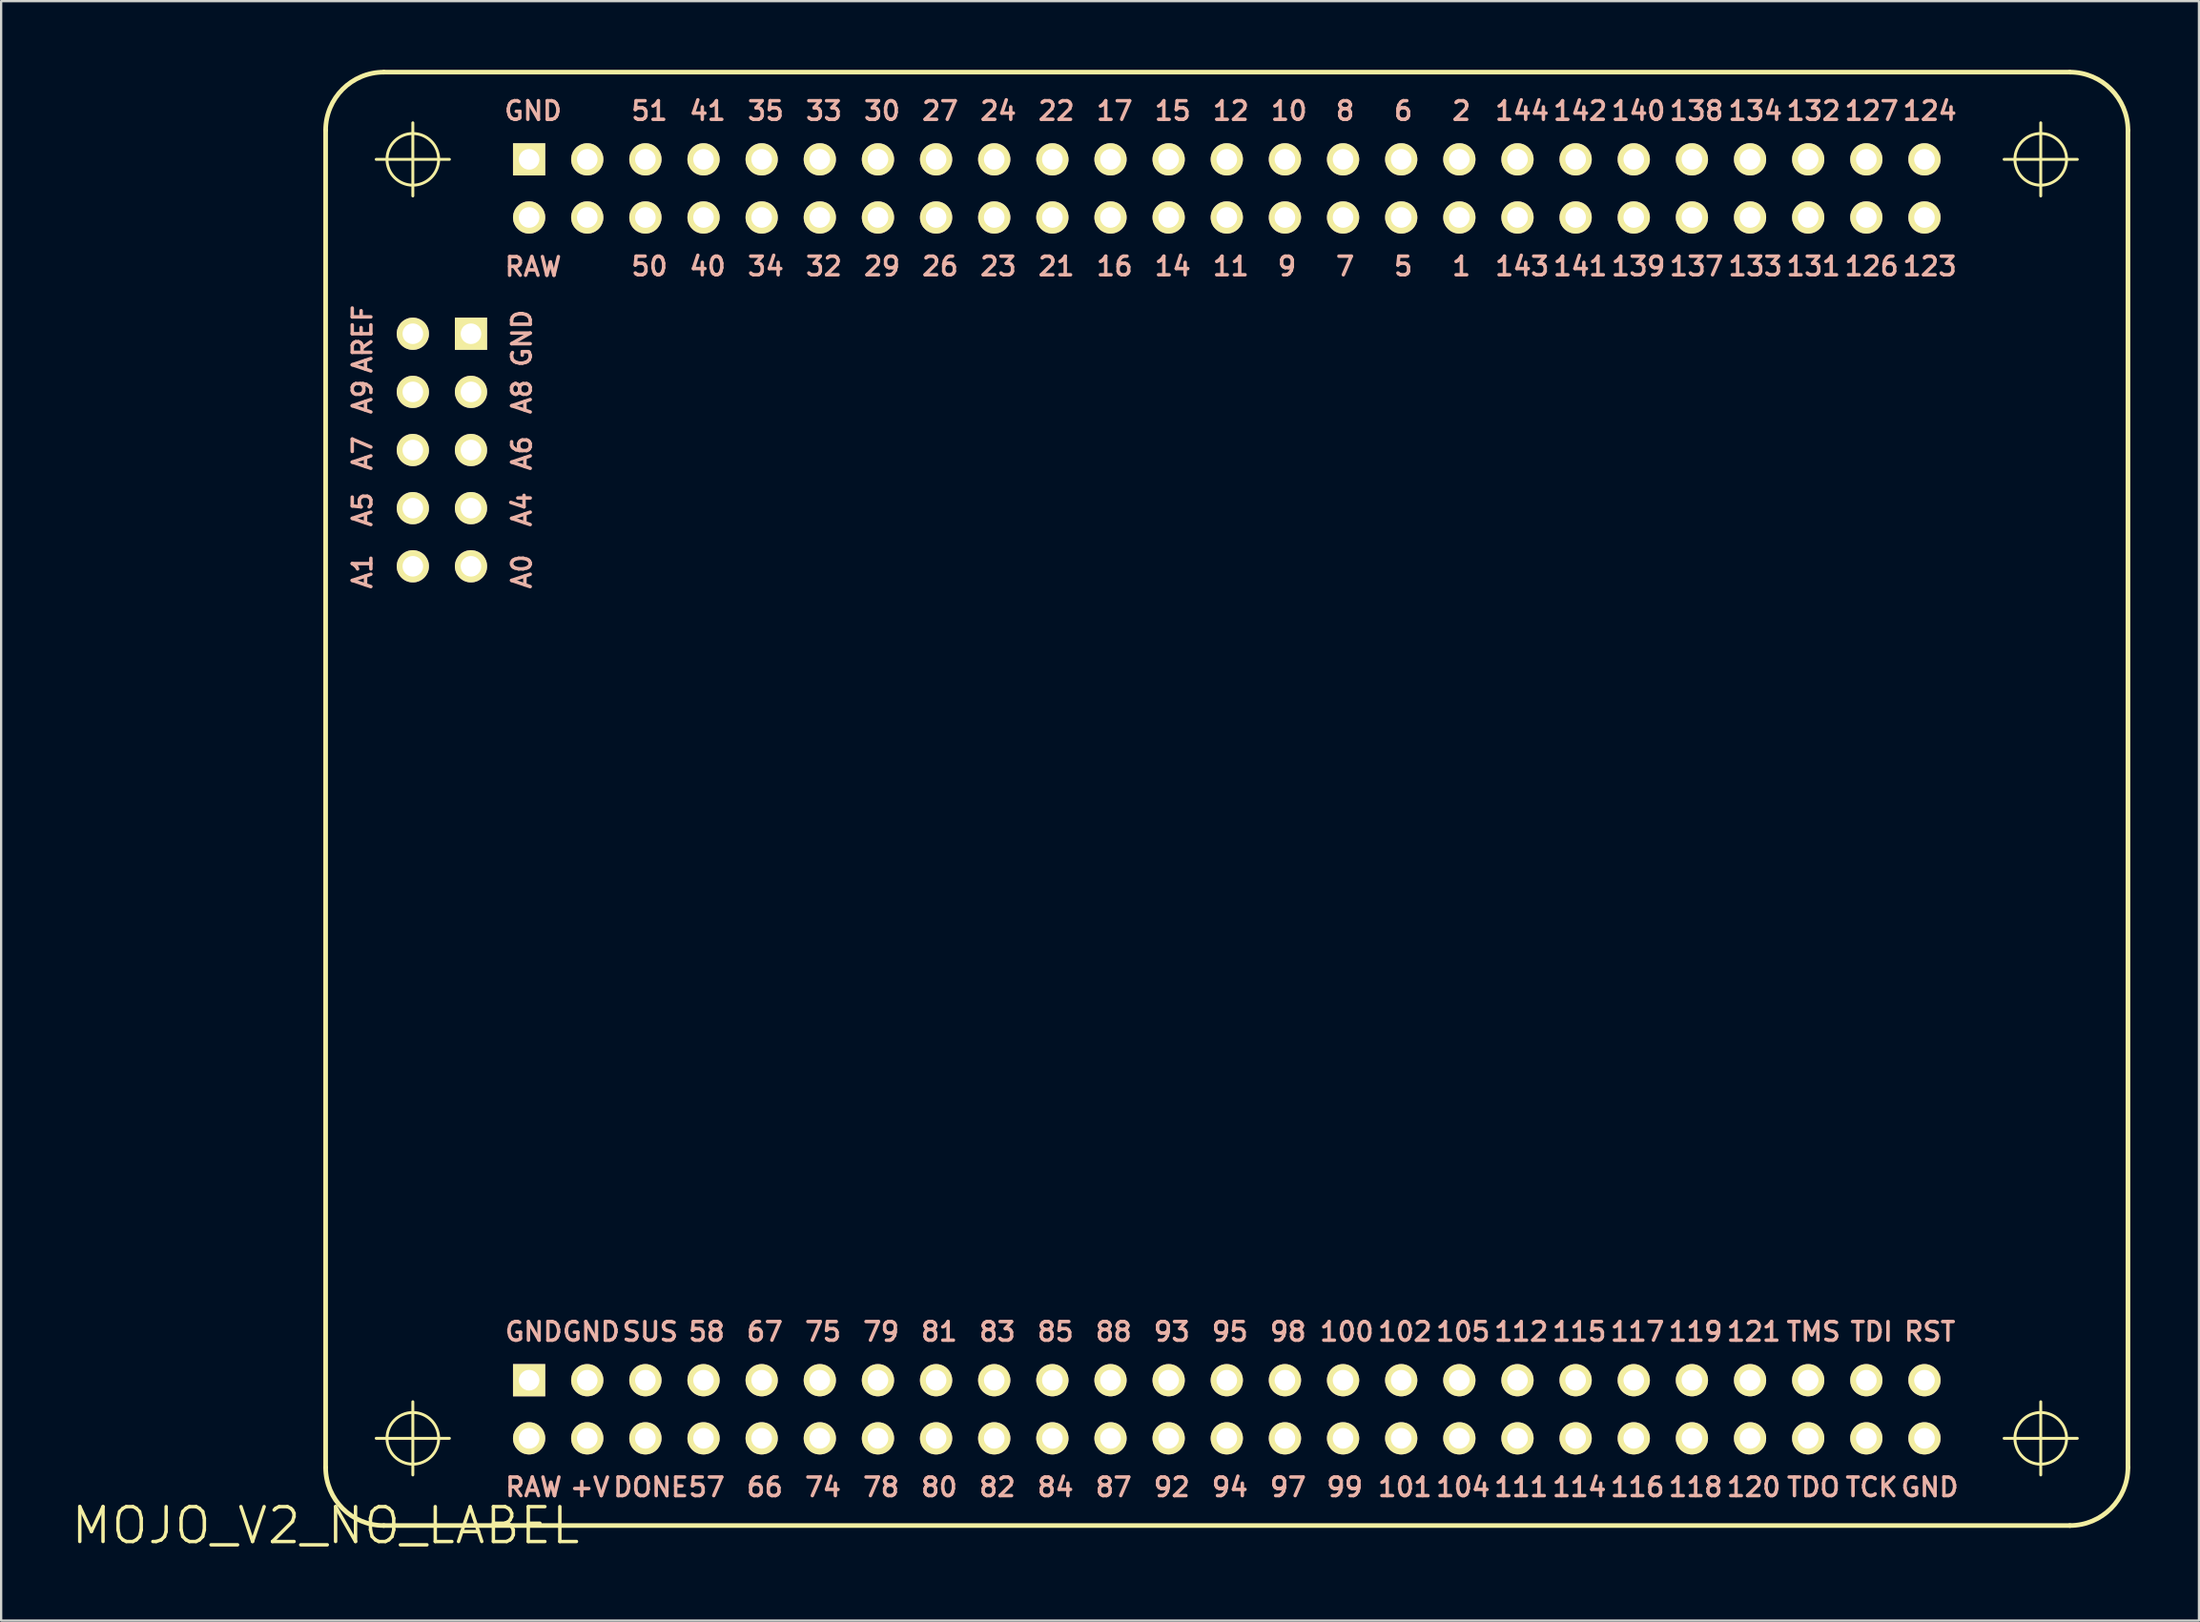
<source format=kicad_pcb>
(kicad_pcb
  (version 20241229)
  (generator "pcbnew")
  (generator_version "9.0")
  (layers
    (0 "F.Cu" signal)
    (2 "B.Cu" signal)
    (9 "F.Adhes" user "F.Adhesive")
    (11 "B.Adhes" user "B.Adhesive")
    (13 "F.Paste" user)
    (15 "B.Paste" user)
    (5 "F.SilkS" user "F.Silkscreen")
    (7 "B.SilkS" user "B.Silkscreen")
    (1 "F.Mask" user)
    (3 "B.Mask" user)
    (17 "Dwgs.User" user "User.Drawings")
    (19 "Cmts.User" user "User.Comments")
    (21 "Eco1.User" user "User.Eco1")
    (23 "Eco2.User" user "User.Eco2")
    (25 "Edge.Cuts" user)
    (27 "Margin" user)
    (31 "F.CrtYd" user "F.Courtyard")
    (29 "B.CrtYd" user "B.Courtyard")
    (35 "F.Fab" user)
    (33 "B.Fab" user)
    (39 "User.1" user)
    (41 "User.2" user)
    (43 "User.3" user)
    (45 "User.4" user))
  (footprint "MOJO_V2_NO_LABEL"
    (layer "F.Cu")
    (at 11.176 63.602)
    (property "Reference" "MOJO_V2_NO_LABEL" (at 0 0 0) (layer "F.SilkS") (effects (font (size 1.524 1.524) (thickness 0.15))))
    (attr exclude_from_pos_files exclude_from_bom)
    (fp_line (start 0 -60.96) (end 0 -2.54) (stroke (width 0.203) (type solid)) (layer "F.SilkS"))
    (fp_line (start 2.21 -59.69) (end 5.408 -59.69) (stroke (width 0.127) (type solid)) (layer "F.SilkS"))
    (fp_line (start 2.21 -3.81) (end 5.408 -3.81) (stroke (width 0.127) (type solid)) (layer "F.SilkS"))
    (fp_line (start 2.54 0) (end 76.2 0) (stroke (width 0.203) (type solid)) (layer "F.SilkS"))
    (fp_line (start 3.81 -58.09) (end 3.81 -61.288) (stroke (width 0.127) (type solid)) (layer "F.SilkS"))
    (fp_line (start 3.81 -2.21) (end 3.81 -5.408) (stroke (width 0.127) (type solid)) (layer "F.SilkS"))
    (fp_line (start 73.33 -59.69) (end 76.528 -59.69) (stroke (width 0.127) (type solid)) (layer "F.SilkS"))
    (fp_line (start 73.33 -3.81) (end 76.528 -3.81) (stroke (width 0.127) (type solid)) (layer "F.SilkS"))
    (fp_line (start 74.93 -58.09) (end 74.93 -61.288) (stroke (width 0.127) (type solid)) (layer "F.SilkS"))
    (fp_line (start 74.93 -2.21) (end 74.93 -5.408) (stroke (width 0.127) (type solid)) (layer "F.SilkS"))
    (fp_line (start 76.2 -63.5) (end 2.54 -63.5) (stroke (width 0.203) (type solid)) (layer "F.SilkS"))
    (fp_line (start 78.74 -2.54) (end 78.74 -60.96) (stroke (width 0.203) (type solid)) (layer "F.SilkS"))
    (fp_arc (start 0 -60.96) (mid 0.743949 -62.756051) (end 2.54 -63.5) (stroke (width 0.2032) (type solid)) (layer "F.SilkS"))
    (fp_arc (start 2.54 0) (mid 0.743949 -0.743949) (end 0 -2.54) (stroke (width 0.2032) (type solid)) (layer "F.SilkS"))
    (fp_arc (start 76.2 -63.5) (mid 77.996051 -62.756051) (end 78.74 -60.96) (stroke (width 0.2032) (type solid)) (layer "F.SilkS"))
    (fp_arc (start 78.74 -2.54) (mid 77.996051 -0.743949) (end 76.2 0) (stroke (width 0.2032) (type solid)) (layer "F.SilkS"))
    (fp_circle (center 3.81 -59.69) (end 4.608 -60.488) (stroke (width 0.127) (type solid)) (fill no) (layer "F.SilkS"))
    (fp_circle (center 3.81 -3.81) (end 4.608 -4.608) (stroke (width 0.127) (type solid)) (fill no) (layer "F.SilkS"))
    (fp_circle (center 74.93 -59.69) (end 75.728 -60.488) (stroke (width 0.127) (type solid)) (fill no) (layer "F.SilkS"))
    (fp_circle (center 74.93 -3.81) (end 75.728 -4.608) (stroke (width 0.127) (type solid)) (fill no) (layer "F.SilkS"))
    (fp_text user "120" (at 62.393 -1.676 0) (layer "B.SilkS") (effects (font (size 0.813 0.813) (thickness 0.152))))
    (fp_text user "27" (at 26.848 -61.808 0) (layer "B.SilkS") (effects (font (size 0.813 0.813) (thickness 0.152))))
    (fp_text user "1" (at 49.619 -55.016 0) (layer "B.SilkS") (effects (font (size 0.813 0.813) (thickness 0.152))))
    (fp_text user "114" (at 54.773 -1.676 0) (layer "B.SilkS") (effects (font (size 0.813 0.813) (thickness 0.152))))
    (fp_text user "24" (at 29.388 -61.808 0) (layer "B.SilkS") (effects (font (size 0.813 0.813) (thickness 0.152))))
    (fp_text user "32" (at 21.768 -55.016 0) (layer "B.SilkS") (effects (font (size 0.813 0.813) (thickness 0.152))))
    (fp_text user "131" (at 65.001 -55.016 0) (layer "B.SilkS") (effects (font (size 0.813 0.813) (thickness 0.152))))
    (fp_text user "142" (at 54.813 -61.808 0) (layer "B.SilkS") (effects (font (size 0.813 0.813) (thickness 0.152))))
    (fp_text user "7" (at 44.539 -55.016 0) (layer "B.SilkS") (effects (font (size 0.813 0.813) (thickness 0.152))))
    (fp_text user "33" (at 21.768 -61.808 0) (layer "B.SilkS") (effects (font (size 0.813 0.813) (thickness 0.152))))
    (fp_text user "5" (at 47.079 -55.016 0) (layer "B.SilkS") (effects (font (size 0.813 0.813) (thickness 0.152))))
    (fp_text user "116" (at 57.313 -1.676 0) (layer "B.SilkS") (effects (font (size 0.813 0.813) (thickness 0.152))))
    (fp_text user "144" (at 52.273 -61.808 0) (layer "B.SilkS") (effects (font (size 0.813 0.813) (thickness 0.152))))
    (fp_text user "111" (at 52.233 -1.676 0) (layer "B.SilkS") (effects (font (size 0.813 0.813) (thickness 0.152))))
    (fp_text user "99" (at 44.524 -1.676 0) (layer "B.SilkS") (effects (font (size 0.813 0.813) (thickness 0.152))))
    (fp_text user "6" (at 47.079 -61.808 0) (layer "B.SilkS") (effects (font (size 0.813 0.813) (thickness 0.152))))
    (fp_text user "123" (at 70.081 -55.016 0) (layer "B.SilkS") (effects (font (size 0.813 0.813) (thickness 0.152))))
    (fp_text user "75" (at 21.727 -8.468 0) (layer "B.SilkS") (effects (font (size 0.813 0.813) (thickness 0.152))))
    (fp_text user "22" (at 31.925 -61.808 0) (layer "B.SilkS") (effects (font (size 0.813 0.813) (thickness 0.152))))
    (fp_text user "50" (at 14.148 -55.016 0) (layer "B.SilkS") (effects (font (size 0.813 0.813) (thickness 0.152))))
    (fp_text user "143" (at 52.273 -55.016 0) (layer "B.SilkS") (effects (font (size 0.813 0.813) (thickness 0.152))))
    (fp_text user "117" (at 57.313 -8.468 0) (layer "B.SilkS") (effects (font (size 0.813 0.813) (thickness 0.152))))
    (fp_text user "141" (at 54.813 -55.016 0) (layer "B.SilkS") (effects (font (size 0.813 0.813) (thickness 0.152))))
    (fp_text user "67" (at 19.187 -8.468 0) (layer "B.SilkS") (effects (font (size 0.813 0.813) (thickness 0.152))))
    (fp_text user "8" (at 44.539 -61.808 0) (layer "B.SilkS") (effects (font (size 0.813 0.813) (thickness 0.152))))
    (fp_text user "105" (at 49.693 -8.468 0) (layer "B.SilkS") (effects (font (size 0.813 0.813) (thickness 0.152))))
    (fp_text user "139" (at 57.353 -55.016 0) (layer "B.SilkS") (effects (font (size 0.813 0.813) (thickness 0.152))))
    (fp_text user "2" (at 49.619 -61.808 0) (layer "B.SilkS") (effects (font (size 0.813 0.813) (thickness 0.152))))
    (fp_text user "124" (at 70.081 -61.808 0) (layer "B.SilkS") (effects (font (size 0.813 0.813) (thickness 0.152))))
    (fp_text user "A5" (at 1.608 -44.392 270) (layer "B.SilkS") (effects (font (size 0.813 0.813) (thickness 0.152))))
    (fp_text user "RAW" (at 9.088 -1.676 0) (layer "B.SilkS") (effects (font (size 0.813 0.813) (thickness 0.152))))
    (fp_text user "A1" (at 1.608 -41.681 270) (layer "B.SilkS") (effects (font (size 0.813 0.813) (thickness 0.152))))
    (fp_text user "127" (at 67.541 -61.808 0) (layer "B.SilkS") (effects (font (size 0.813 0.813) (thickness 0.152))))
    (fp_text user "GND" (at 9.093 -8.468 0) (layer "B.SilkS") (effects (font (size 0.813 0.813) (thickness 0.152))))
    (fp_text user "104" (at 49.693 -1.676 0) (layer "B.SilkS") (effects (font (size 0.813 0.813) (thickness 0.152))))
    (fp_text user "21" (at 31.925 -55.016 0) (layer "B.SilkS") (effects (font (size 0.813 0.813) (thickness 0.152))))
    (fp_text user "121" (at 62.393 -8.468 0) (layer "B.SilkS") (effects (font (size 0.813 0.813) (thickness 0.152))))
    (fp_text user "11" (at 39.548 -55.016 0) (layer "B.SilkS") (effects (font (size 0.813 0.813) (thickness 0.152))))
    (fp_text user "TDO" (at 65.001 -1.676 0) (layer "B.SilkS") (effects (font (size 0.813 0.813) (thickness 0.152))))
    (fp_text user "A8" (at 8.57 -49.312 270) (layer "B.SilkS") (effects (font (size 0.813 0.813) (thickness 0.152))))
    (fp_text user "98" (at 42.047 -8.468 0) (layer "B.SilkS") (effects (font (size 0.813 0.813) (thickness 0.152))))
    (fp_text user "88" (at 34.427 -8.468 0) (layer "B.SilkS") (effects (font (size 0.813 0.813) (thickness 0.152))))
    (fp_text user "80" (at 26.807 -1.676 0) (layer "B.SilkS") (effects (font (size 0.813 0.813) (thickness 0.152))))
    (fp_text user "118" (at 59.853 -1.676 0) (layer "B.SilkS") (effects (font (size 0.813 0.813) (thickness 0.152))))
    (fp_text user "94" (at 39.507 -1.676 0) (layer "B.SilkS") (effects (font (size 0.813 0.813) (thickness 0.152))))
    (fp_text user "87" (at 34.427 -1.676 0) (layer "B.SilkS") (effects (font (size 0.813 0.813) (thickness 0.152))))
    (fp_text user "133" (at 62.461 -55.016 0) (layer "B.SilkS") (effects (font (size 0.813 0.813) (thickness 0.152))))
    (fp_text user "112" (at 52.233 -8.468 0) (layer "B.SilkS") (effects (font (size 0.813 0.813) (thickness 0.152))))
    (fp_text user "82" (at 29.347 -1.676 0) (layer "B.SilkS") (effects (font (size 0.813 0.813) (thickness 0.152))))
    (fp_text user "132" (at 65.001 -61.808 0) (layer "B.SilkS") (effects (font (size 0.813 0.813) (thickness 0.152))))
    (fp_text user "TMS" (at 65.001 -8.468 0) (layer "B.SilkS") (effects (font (size 0.813 0.813) (thickness 0.152))))
    (fp_text user "95" (at 39.507 -8.468 0) (layer "B.SilkS") (effects (font (size 0.813 0.813) (thickness 0.152))))
    (fp_text user "GND" (at 9.065 -61.808 0) (layer "B.SilkS") (effects (font (size 0.813 0.813) (thickness 0.152))))
    (fp_text user "78" (at 24.267 -1.676 0) (layer "B.SilkS") (effects (font (size 0.813 0.813) (thickness 0.152))))
    (fp_text user "58" (at 16.647 -8.468 0) (layer "B.SilkS") (effects (font (size 0.813 0.813) (thickness 0.152))))
    (fp_text user "84" (at 31.887 -1.676 0) (layer "B.SilkS") (effects (font (size 0.813 0.813) (thickness 0.152))))
    (fp_text user "A6" (at 8.57 -46.85 270) (layer "B.SilkS") (effects (font (size 0.813 0.813) (thickness 0.152))))
    (fp_text user "9" (at 41.999 -55.016 0) (layer "B.SilkS") (effects (font (size 0.813 0.813) (thickness 0.152))))
    (fp_text user "A7" (at 1.608 -46.85 270) (layer "B.SilkS") (effects (font (size 0.813 0.813) (thickness 0.152))))
    (fp_text user "TDI" (at 67.541 -8.468 0) (layer "B.SilkS") (effects (font (size 0.813 0.813) (thickness 0.152))))
    (fp_text user "138" (at 59.893 -61.808 0) (layer "B.SilkS") (effects (font (size 0.813 0.813) (thickness 0.152))))
    (fp_text user "GND" (at 70.081 -1.676 0) (layer "B.SilkS") (effects (font (size 0.813 0.813) (thickness 0.152))))
    (fp_text user "85" (at 31.887 -8.468 0) (layer "B.SilkS") (effects (font (size 0.813 0.813) (thickness 0.152))))
    (fp_text user "29" (at 24.308 -55.016 0) (layer "B.SilkS") (effects (font (size 0.813 0.813) (thickness 0.152))))
    (fp_text user "26" (at 26.848 -55.016 0) (layer "B.SilkS") (effects (font (size 0.813 0.813) (thickness 0.152))))
    (fp_text user "34" (at 19.228 -55.016 0) (layer "B.SilkS") (effects (font (size 0.813 0.813) (thickness 0.152))))
    (fp_text user "126" (at 67.541 -55.016 0) (layer "B.SilkS") (effects (font (size 0.813 0.813) (thickness 0.152))))
    (fp_text user "10" (at 42.088 -61.808 0) (layer "B.SilkS") (effects (font (size 0.813 0.813) (thickness 0.152))))
    (fp_text user "A9" (at 1.608 -49.312 270) (layer "B.SilkS") (effects (font (size 0.813 0.813) (thickness 0.152))))
    (fp_text user "30" (at 24.308 -61.808 0) (layer "B.SilkS") (effects (font (size 0.813 0.813) (thickness 0.152))))
    (fp_text user "40" (at 16.688 -55.016 0) (layer "B.SilkS") (effects (font (size 0.813 0.813) (thickness 0.152))))
    (fp_text user "RAW" (at 9.065 -54.996 0) (layer "B.SilkS") (effects (font (size 0.813 0.813) (thickness 0.152))))
    (fp_text user "RST" (at 70.081 -8.468 0) (layer "B.SilkS") (effects (font (size 0.813 0.813) (thickness 0.152))))
    (fp_text user "83" (at 29.347 -8.468 0) (layer "B.SilkS") (effects (font (size 0.813 0.813) (thickness 0.152))))
    (fp_text user "41" (at 16.688 -61.808 0) (layer "B.SilkS") (effects (font (size 0.813 0.813) (thickness 0.152))))
    (fp_text user "66" (at 19.187 -1.676 0) (layer "B.SilkS") (effects (font (size 0.813 0.813) (thickness 0.152))))
    (fp_text user "16" (at 34.468 -55.016 0) (layer "B.SilkS") (effects (font (size 0.813 0.813) (thickness 0.152))))
    (fp_text user "101" (at 47.153 -1.676 0) (layer "B.SilkS") (effects (font (size 0.813 0.813) (thickness 0.152))))
    (fp_text user "102" (at 47.153 -8.468 0) (layer "B.SilkS") (effects (font (size 0.813 0.813) (thickness 0.152))))
    (fp_text user "57" (at 16.647 -1.676 0) (layer "B.SilkS") (effects (font (size 0.813 0.813) (thickness 0.152))))
    (fp_text user "+V" (at 11.539 -1.676 0) (layer "B.SilkS") (effects (font (size 0.813 0.813) (thickness 0.152))))
    (fp_text user "115" (at 54.773 -8.468 0) (layer "B.SilkS") (effects (font (size 0.813 0.813) (thickness 0.152))))
    (fp_text user "GND" (at 8.57 -51.869 270) (layer "B.SilkS") (effects (font (size 0.813 0.813) (thickness 0.152))))
    (fp_text user "12" (at 39.548 -61.808 0) (layer "B.SilkS") (effects (font (size 0.813 0.813) (thickness 0.152))))
    (fp_text user "35" (at 19.228 -61.808 0) (layer "B.SilkS") (effects (font (size 0.813 0.813) (thickness 0.152))))
    (fp_text user "97" (at 42.047 -1.676 0) (layer "B.SilkS") (effects (font (size 0.813 0.813) (thickness 0.152))))
    (fp_text user "119" (at 59.853 -8.468 0) (layer "B.SilkS") (effects (font (size 0.813 0.813) (thickness 0.152))))
    (fp_text user "AREF" (at 1.608 -51.839 270) (layer "B.SilkS") (effects (font (size 0.813 0.813) (thickness 0.152))))
    (fp_text user "137" (at 59.893 -55.016 0) (layer "B.SilkS") (effects (font (size 0.813 0.813) (thickness 0.152))))
    (fp_text user "140" (at 57.353 -61.808 0) (layer "B.SilkS") (effects (font (size 0.813 0.813) (thickness 0.152))))
    (fp_text user "GND" (at 11.6 -8.468 0) (layer "B.SilkS") (effects (font (size 0.813 0.813) (thickness 0.152))))
    (fp_text user "TCK" (at 67.541 -1.676 0) (layer "B.SilkS") (effects (font (size 0.813 0.813) (thickness 0.152))))
    (fp_text user "SUS" (at 14.178 -8.468 0) (layer "B.SilkS") (effects (font (size 0.813 0.813) (thickness 0.152))))
    (fp_text user "79" (at 24.267 -8.468 0) (layer "B.SilkS") (effects (font (size 0.813 0.813) (thickness 0.152))))
    (fp_text user "17" (at 34.468 -61.808 0) (layer "B.SilkS") (effects (font (size 0.813 0.813) (thickness 0.152))))
    (fp_text user "A4" (at 8.57 -44.392 270) (layer "B.SilkS") (effects (font (size 0.813 0.813) (thickness 0.152))))
    (fp_text user "92" (at 36.967 -1.676 0) (layer "B.SilkS") (effects (font (size 0.813 0.813) (thickness 0.152))))
    (fp_text user "74" (at 21.727 -1.676 0) (layer "B.SilkS") (effects (font (size 0.813 0.813) (thickness 0.152))))
    (fp_text user "51" (at 14.148 -61.808 0) (layer "B.SilkS") (effects (font (size 0.813 0.813) (thickness 0.152))))
    (fp_text user "23" (at 29.388 -55.016 0) (layer "B.SilkS") (effects (font (size 0.813 0.813) (thickness 0.152))))
    (fp_text user "A0" (at 8.57 -41.681 270) (layer "B.SilkS") (effects (font (size 0.813 0.813) (thickness 0.152))))
    (fp_text user "DONE" (at 14.209 -1.676 0) (layer "B.SilkS") (effects (font (size 0.813 0.813) (thickness 0.152))))
    (fp_text user "93" (at 36.967 -8.468 0) (layer "B.SilkS") (effects (font (size 0.813 0.813) (thickness 0.152))))
    (fp_text user "14" (at 37.008 -55.016 0) (layer "B.SilkS") (effects (font (size 0.813 0.813) (thickness 0.152))))
    (fp_text user "134" (at 62.461 -61.808 0) (layer "B.SilkS") (effects (font (size 0.813 0.813) (thickness 0.152))))
    (fp_text user "15" (at 37.008 -61.808 0) (layer "B.SilkS") (effects (font (size 0.813 0.813) (thickness 0.152))))
    (fp_text user "100" (at 44.613 -8.468 0) (layer "B.SilkS") (effects (font (size 0.813 0.813) (thickness 0.152))))
    (fp_text user "81" (at 26.807 -8.468 0) (layer "B.SilkS") (effects (font (size 0.813 0.813) (thickness 0.152))))
    (pad "1" thru_hole circle (at 49.53 -57.15) (size 1.407 1.407) (drill 0.899) (layers "*.Cu" "F.Mask" "F.SilkS" "F.Paste"))
    (pad "2" thru_hole circle (at 49.53 -59.69) (size 1.407 1.407) (drill 0.899) (layers "*.Cu" "F.Mask" "F.SilkS" "F.Paste"))
    (pad "5" thru_hole circle (at 46.99 -57.15) (size 1.407 1.407) (drill 0.899) (layers "*.Cu" "F.Mask" "F.SilkS" "F.Paste"))
    (pad "6" thru_hole circle (at 46.99 -59.69) (size 1.407 1.407) (drill 0.899) (layers "*.Cu" "F.Mask" "F.SilkS" "F.Paste"))
    (pad "7" thru_hole circle (at 44.45 -57.15) (size 1.407 1.407) (drill 0.899) (layers "*.Cu" "F.Mask" "F.SilkS" "F.Paste"))
    (pad "8" thru_hole circle (at 44.45 -59.69) (size 1.407 1.407) (drill 0.899) (layers "*.Cu" "F.Mask" "F.SilkS" "F.Paste"))
    (pad "9" thru_hole circle (at 41.91 -57.15) (size 1.407 1.407) (drill 0.899) (layers "*.Cu" "F.Mask" "F.SilkS" "F.Paste"))
    (pad "10" thru_hole circle (at 41.91 -59.69) (size 1.407 1.407) (drill 0.899) (layers "*.Cu" "F.Mask" "F.SilkS" "F.Paste"))
    (pad "11" thru_hole circle (at 39.37 -57.15) (size 1.407 1.407) (drill 0.899) (layers "*.Cu" "F.Mask" "F.SilkS" "F.Paste"))
    (pad "12" thru_hole circle (at 39.37 -59.69) (size 1.407 1.407) (drill 0.899) (layers "*.Cu" "F.Mask" "F.SilkS" "F.Paste"))
    (pad "14" thru_hole circle (at 36.83 -57.15) (size 1.407 1.407) (drill 0.899) (layers "*.Cu" "F.Mask" "F.SilkS" "F.Paste"))
    (pad "15" thru_hole circle (at 36.83 -59.69) (size 1.407 1.407) (drill 0.899) (layers "*.Cu" "F.Mask" "F.SilkS" "F.Paste"))
    (pad "16" thru_hole circle (at 34.29 -57.15) (size 1.407 1.407) (drill 0.899) (layers "*.Cu" "F.Mask" "F.SilkS" "F.Paste"))
    (pad "17" thru_hole circle (at 34.29 -59.69) (size 1.407 1.407) (drill 0.899) (layers "*.Cu" "F.Mask" "F.SilkS" "F.Paste"))
    (pad "21" thru_hole circle (at 31.75 -57.15) (size 1.407 1.407) (drill 0.899) (layers "*.Cu" "F.Mask" "F.SilkS" "F.Paste"))
    (pad "22" thru_hole circle (at 31.75 -59.69) (size 1.407 1.407) (drill 0.899) (layers "*.Cu" "F.Mask" "F.SilkS" "F.Paste"))
    (pad "23" thru_hole circle (at 29.21 -57.15) (size 1.407 1.407) (drill 0.899) (layers "*.Cu" "F.Mask" "F.SilkS" "F.Paste"))
    (pad "24" thru_hole circle (at 29.21 -59.69) (size 1.407 1.407) (drill 0.899) (layers "*.Cu" "F.Mask" "F.SilkS" "F.Paste"))
    (pad "26" thru_hole circle (at 26.67 -57.15) (size 1.407 1.407) (drill 0.899) (layers "*.Cu" "F.Mask" "F.SilkS" "F.Paste"))
    (pad "27" thru_hole circle (at 26.67 -59.69) (size 1.407 1.407) (drill 0.899) (layers "*.Cu" "F.Mask" "F.SilkS" "F.Paste"))
    (pad "29" thru_hole circle (at 24.13 -57.15) (size 1.407 1.407) (drill 0.899) (layers "*.Cu" "F.Mask" "F.SilkS" "F.Paste"))
    (pad "30" thru_hole circle (at 24.13 -59.69) (size 1.407 1.407) (drill 0.899) (layers "*.Cu" "F.Mask" "F.SilkS" "F.Paste"))
    (pad "32" thru_hole circle (at 21.59 -57.15) (size 1.407 1.407) (drill 0.899) (layers "*.Cu" "F.Mask" "F.SilkS" "F.Paste"))
    (pad "33" thru_hole circle (at 21.59 -59.69) (size 1.407 1.407) (drill 0.899) (layers "*.Cu" "F.Mask" "F.SilkS" "F.Paste"))
    (pad "34" thru_hole circle (at 19.05 -57.15) (size 1.407 1.407) (drill 0.899) (layers "*.Cu" "F.Mask" "F.SilkS" "F.Paste"))
    (pad "35" thru_hole circle (at 19.05 -59.69) (size 1.407 1.407) (drill 0.899) (layers "*.Cu" "F.Mask" "F.SilkS" "F.Paste"))
    (pad "40" thru_hole circle (at 16.51 -57.15) (size 1.407 1.407) (drill 0.899) (layers "*.Cu" "F.Mask" "F.SilkS" "F.Paste"))
    (pad "41" thru_hole circle (at 16.51 -59.69) (size 1.407 1.407) (drill 0.899) (layers "*.Cu" "F.Mask" "F.SilkS" "F.Paste"))
    (pad "50" thru_hole circle (at 13.97 -57.15) (size 1.407 1.407) (drill 0.899) (layers "*.Cu" "F.Mask" "F.SilkS" "F.Paste"))
    (pad "51" thru_hole circle (at 13.97 -59.69) (size 1.407 1.407) (drill 0.899) (layers "*.Cu" "F.Mask" "F.SilkS" "F.Paste"))
    (pad "57" thru_hole circle (at 16.51 -3.81) (size 1.407 1.407) (drill 0.899) (layers "*.Cu" "F.Mask" "F.SilkS" "F.Paste"))
    (pad "58" thru_hole circle (at 16.51 -6.35) (size 1.407 1.407) (drill 0.899) (layers "*.Cu" "F.Mask" "F.SilkS" "F.Paste"))
    (pad "66" thru_hole circle (at 19.05 -3.81) (size 1.407 1.407) (drill 0.899) (layers "*.Cu" "F.Mask" "F.SilkS" "F.Paste"))
    (pad "67" thru_hole circle (at 19.05 -6.35) (size 1.407 1.407) (drill 0.899) (layers "*.Cu" "F.Mask" "F.SilkS" "F.Paste"))
    (pad "74" thru_hole circle (at 21.59 -3.81) (size 1.407 1.407) (drill 0.899) (layers "*.Cu" "F.Mask" "F.SilkS" "F.Paste"))
    (pad "75" thru_hole circle (at 21.59 -6.35) (size 1.407 1.407) (drill 0.899) (layers "*.Cu" "F.Mask" "F.SilkS" "F.Paste"))
    (pad "78" thru_hole circle (at 24.13 -3.81) (size 1.407 1.407) (drill 0.899) (layers "*.Cu" "F.Mask" "F.SilkS" "F.Paste"))
    (pad "79" thru_hole circle (at 24.13 -6.35) (size 1.407 1.407) (drill 0.899) (layers "*.Cu" "F.Mask" "F.SilkS" "F.Paste"))
    (pad "80" thru_hole circle (at 26.67 -3.81) (size 1.407 1.407) (drill 0.899) (layers "*.Cu" "F.Mask" "F.SilkS" "F.Paste"))
    (pad "81" thru_hole circle (at 26.67 -6.35) (size 1.407 1.407) (drill 0.899) (layers "*.Cu" "F.Mask" "F.SilkS" "F.Paste"))
    (pad "82" thru_hole circle (at 29.21 -3.81) (size 1.407 1.407) (drill 0.899) (layers "*.Cu" "F.Mask" "F.SilkS" "F.Paste"))
    (pad "83" thru_hole circle (at 29.21 -6.35) (size 1.407 1.407) (drill 0.899) (layers "*.Cu" "F.Mask" "F.SilkS" "F.Paste"))
    (pad "84" thru_hole circle (at 31.75 -3.81) (size 1.407 1.407) (drill 0.899) (layers "*.Cu" "F.Mask" "F.SilkS" "F.Paste"))
    (pad "85" thru_hole circle (at 31.75 -6.35) (size 1.407 1.407) (drill 0.899) (layers "*.Cu" "F.Mask" "F.SilkS" "F.Paste"))
    (pad "87" thru_hole circle (at 34.29 -3.81) (size 1.407 1.407) (drill 0.899) (layers "*.Cu" "F.Mask" "F.SilkS" "F.Paste"))
    (pad "88" thru_hole circle (at 34.29 -6.35) (size 1.407 1.407) (drill 0.899) (layers "*.Cu" "F.Mask" "F.SilkS" "F.Paste"))
    (pad "92" thru_hole circle (at 36.83 -3.81) (size 1.407 1.407) (drill 0.899) (layers "*.Cu" "F.Mask" "F.SilkS" "F.Paste"))
    (pad "93" thru_hole circle (at 36.83 -6.35) (size 1.407 1.407) (drill 0.899) (layers "*.Cu" "F.Mask" "F.SilkS" "F.Paste"))
    (pad "94" thru_hole circle (at 39.37 -3.81) (size 1.407 1.407) (drill 0.899) (layers "*.Cu" "F.Mask" "F.SilkS" "F.Paste"))
    (pad "95" thru_hole circle (at 39.37 -6.35) (size 1.407 1.407) (drill 0.899) (layers "*.Cu" "F.Mask" "F.SilkS" "F.Paste"))
    (pad "97" thru_hole circle (at 41.91 -3.81) (size 1.407 1.407) (drill 0.899) (layers "*.Cu" "F.Mask" "F.SilkS" "F.Paste"))
    (pad "98" thru_hole circle (at 41.91 -6.35) (size 1.407 1.407) (drill 0.899) (layers "*.Cu" "F.Mask" "F.SilkS" "F.Paste"))
    (pad "99" thru_hole circle (at 44.45 -3.81) (size 1.407 1.407) (drill 0.899) (layers "*.Cu" "F.Mask" "F.SilkS" "F.Paste"))
    (pad "100" thru_hole circle (at 44.45 -6.35) (size 1.407 1.407) (drill 0.899) (layers "*.Cu" "F.Mask" "F.SilkS" "F.Paste"))
    (pad "101" thru_hole circle (at 46.99 -3.81) (size 1.407 1.407) (drill 0.899) (layers "*.Cu" "F.Mask" "F.SilkS" "F.Paste"))
    (pad "102" thru_hole circle (at 46.99 -6.35) (size 1.407 1.407) (drill 0.899) (layers "*.Cu" "F.Mask" "F.SilkS" "F.Paste"))
    (pad "104" thru_hole circle (at 49.53 -3.81) (size 1.407 1.407) (drill 0.899) (layers "*.Cu" "F.Mask" "F.SilkS" "F.Paste"))
    (pad "105" thru_hole circle (at 49.53 -6.35) (size 1.407 1.407) (drill 0.899) (layers "*.Cu" "F.Mask" "F.SilkS" "F.Paste"))
    (pad "111" thru_hole circle (at 52.07 -3.81) (size 1.407 1.407) (drill 0.899) (layers "*.Cu" "F.Mask" "F.SilkS" "F.Paste"))
    (pad "112" thru_hole circle (at 52.07 -6.35) (size 1.407 1.407) (drill 0.899) (layers "*.Cu" "F.Mask" "F.SilkS" "F.Paste"))
    (pad "114" thru_hole circle (at 54.61 -3.81) (size 1.407 1.407) (drill 0.899) (layers "*.Cu" "F.Mask" "F.SilkS" "F.Paste"))
    (pad "115" thru_hole circle (at 54.61 -6.35) (size 1.407 1.407) (drill 0.899) (layers "*.Cu" "F.Mask" "F.SilkS" "F.Paste"))
    (pad "116" thru_hole circle (at 57.15 -3.81) (size 1.407 1.407) (drill 0.899) (layers "*.Cu" "F.Mask" "F.SilkS" "F.Paste"))
    (pad "117" thru_hole circle (at 57.15 -6.35) (size 1.407 1.407) (drill 0.899) (layers "*.Cu" "F.Mask" "F.SilkS" "F.Paste"))
    (pad "118" thru_hole circle (at 59.69 -3.81) (size 1.407 1.407) (drill 0.899) (layers "*.Cu" "F.Mask" "F.SilkS" "F.Paste"))
    (pad "119" thru_hole circle (at 59.69 -6.35) (size 1.407 1.407) (drill 0.899) (layers "*.Cu" "F.Mask" "F.SilkS" "F.Paste"))
    (pad "120" thru_hole circle (at 62.23 -3.81) (size 1.407 1.407) (drill 0.899) (layers "*.Cu" "F.Mask" "F.SilkS" "F.Paste"))
    (pad "121" thru_hole circle (at 62.23 -6.35) (size 1.407 1.407) (drill 0.899) (layers "*.Cu" "F.Mask" "F.SilkS" "F.Paste"))
    (pad "123" thru_hole circle (at 69.85 -57.15) (size 1.407 1.407) (drill 0.899) (layers "*.Cu" "F.Mask" "F.SilkS" "F.Paste"))
    (pad "124" thru_hole circle (at 69.85 -59.69) (size 1.407 1.407) (drill 0.899) (layers "*.Cu" "F.Mask" "F.SilkS" "F.Paste"))
    (pad "126" thru_hole circle (at 67.31 -57.15) (size 1.407 1.407) (drill 0.899) (layers "*.Cu" "F.Mask" "F.SilkS" "F.Paste"))
    (pad "127" thru_hole circle (at 67.31 -59.69) (size 1.407 1.407) (drill 0.899) (layers "*.Cu" "F.Mask" "F.SilkS" "F.Paste"))
    (pad "131" thru_hole circle (at 64.77 -57.15) (size 1.407 1.407) (drill 0.899) (layers "*.Cu" "F.Mask" "F.SilkS" "F.Paste"))
    (pad "132" thru_hole circle (at 64.77 -59.69) (size 1.407 1.407) (drill 0.899) (layers "*.Cu" "F.Mask" "F.SilkS" "F.Paste"))
    (pad "133" thru_hole circle (at 62.23 -57.15) (size 1.407 1.407) (drill 0.899) (layers "*.Cu" "F.Mask" "F.SilkS" "F.Paste"))
    (pad "134" thru_hole circle (at 62.23 -59.69) (size 1.407 1.407) (drill 0.899) (layers "*.Cu" "F.Mask" "F.SilkS" "F.Paste"))
    (pad "137" thru_hole circle (at 59.69 -57.15) (size 1.407 1.407) (drill 0.899) (layers "*.Cu" "F.Mask" "F.SilkS" "F.Paste"))
    (pad "138" thru_hole circle (at 59.69 -59.69) (size 1.407 1.407) (drill 0.899) (layers "*.Cu" "F.Mask" "F.SilkS" "F.Paste"))
    (pad "139" thru_hole circle (at 57.15 -57.15) (size 1.407 1.407) (drill 0.899) (layers "*.Cu" "F.Mask" "F.SilkS" "F.Paste"))
    (pad "140" thru_hole circle (at 57.15 -59.69) (size 1.407 1.407) (drill 0.899) (layers "*.Cu" "F.Mask" "F.SilkS" "F.Paste"))
    (pad "141" thru_hole circle (at 54.61 -57.15) (size 1.407 1.407) (drill 0.899) (layers "*.Cu" "F.Mask" "F.SilkS" "F.Paste"))
    (pad "142" thru_hole circle (at 54.61 -59.69) (size 1.407 1.407) (drill 0.899) (layers "*.Cu" "F.Mask" "F.SilkS" "F.Paste"))
    (pad "143" thru_hole circle (at 52.07 -57.15) (size 1.407 1.407) (drill 0.899) (layers "*.Cu" "F.Mask" "F.SilkS" "F.Paste"))
    (pad "144" thru_hole circle (at 52.07 -59.69) (size 1.407 1.407) (drill 0.899) (layers "*.Cu" "F.Mask" "F.SilkS" "F.Paste"))
    (pad "A0" thru_hole circle (at 6.35 -41.91) (size 1.407 1.407) (drill 0.899) (layers "*.Cu" "F.Mask" "F.SilkS" "F.Paste"))
    (pad "A1" thru_hole circle (at 3.81 -41.91) (size 1.407 1.407) (drill 0.899) (layers "*.Cu" "F.Mask" "F.SilkS" "F.Paste"))
    (pad "A4" thru_hole circle (at 6.35 -44.45) (size 1.407 1.407) (drill 0.899) (layers "*.Cu" "F.Mask" "F.SilkS" "F.Paste"))
    (pad "A5" thru_hole circle (at 3.81 -44.45) (size 1.407 1.407) (drill 0.899) (layers "*.Cu" "F.Mask" "F.SilkS" "F.Paste"))
    (pad "A6" thru_hole circle (at 6.35 -46.99) (size 1.407 1.407) (drill 0.899) (layers "*.Cu" "F.Mask" "F.SilkS" "F.Paste"))
    (pad "A7" thru_hole circle (at 3.81 -46.99) (size 1.407 1.407) (drill 0.899) (layers "*.Cu" "F.Mask" "F.SilkS" "F.Paste"))
    (pad "A8" thru_hole circle (at 6.35 -49.53) (size 1.407 1.407) (drill 0.899) (layers "*.Cu" "F.Mask" "F.SilkS" "F.Paste"))
    (pad "A9" thru_hole circle (at 3.81 -49.53) (size 1.407 1.407) (drill 0.899) (layers "*.Cu" "F.Mask" "F.SilkS" "F.Paste"))
    (pad "AREF" thru_hole circle (at 3.81 -52.07) (size 1.407 1.407) (drill 0.899) (layers "*.Cu" "F.Mask" "F.SilkS" "F.Paste"))
    (pad "DONE" thru_hole circle (at 13.97 -3.81) (size 1.407 1.407) (drill 0.899) (layers "*.Cu" "F.Mask" "F.SilkS" "F.Paste"))
    (pad "GND@" thru_hole rect (at 6.35 -52.07) (size 1.407 1.407) (drill 0.899) (layers "*.Cu" "F.Mask" "F.SilkS" "F.Paste"))
    (pad "GND@" thru_hole rect (at 8.89 -59.69) (size 1.407 1.407) (drill 0.899) (layers "*.Cu" "F.Mask" "F.SilkS" "F.Paste"))
    (pad "GND@" thru_hole rect (at 8.89 -6.35) (size 1.407 1.407) (drill 0.899) (layers "*.Cu" "F.Mask" "F.SilkS" "F.Paste"))
    (pad "GND@" thru_hole circle (at 11.43 -59.69) (size 1.407 1.407) (drill 0.899) (layers "*.Cu" "F.Mask" "F.SilkS" "F.Paste"))
    (pad "GND@" thru_hole circle (at 11.43 -6.35) (size 1.407 1.407) (drill 0.899) (layers "*.Cu" "F.Mask" "F.SilkS" "F.Paste"))
    (pad "GND@" thru_hole circle (at 69.85 -3.81) (size 1.407 1.407) (drill 0.899) (layers "*.Cu" "F.Mask" "F.SilkS" "F.Paste"))
    (pad "RAW@" thru_hole circle (at 8.89 -57.15) (size 1.407 1.407) (drill 0.899) (layers "*.Cu" "F.Mask" "F.SilkS" "F.Paste"))
    (pad "RAW@" thru_hole circle (at 8.89 -3.81) (size 1.407 1.407) (drill 0.899) (layers "*.Cu" "F.Mask" "F.SilkS" "F.Paste"))
    (pad "RST" thru_hole circle (at 69.85 -6.35) (size 1.407 1.407) (drill 0.899) (layers "*.Cu" "F.Mask" "F.SilkS" "F.Paste"))
    (pad "SUS" thru_hole circle (at 13.97 -6.35) (size 1.407 1.407) (drill 0.899) (layers "*.Cu" "F.Mask" "F.SilkS" "F.Paste"))
    (pad "TCK" thru_hole circle (at 67.31 -3.81) (size 1.407 1.407) (drill 0.899) (layers "*.Cu" "F.Mask" "F.SilkS" "F.Paste"))
    (pad "TDI" thru_hole circle (at 67.31 -6.35) (size 1.407 1.407) (drill 0.899) (layers "*.Cu" "F.Mask" "F.SilkS" "F.Paste"))
    (pad "TDO" thru_hole circle (at 64.77 -3.81) (size 1.407 1.407) (drill 0.899) (layers "*.Cu" "F.Mask" "F.SilkS" "F.Paste"))
    (pad "TMS" thru_hole circle (at 64.77 -6.35) (size 1.407 1.407) (drill 0.899) (layers "*.Cu" "F.Mask" "F.SilkS" "F.Paste"))
    (pad "V@1" thru_hole circle (at 11.43 -57.15) (size 1.407 1.407) (drill 0.899) (layers "*.Cu" "F.Mask" "F.SilkS" "F.Paste"))
    (pad "V@2" thru_hole circle (at 11.43 -3.81) (size 1.407 1.407) (drill 0.899) (layers "*.Cu" "F.Mask" "F.SilkS" "F.Paste")))
  (gr_rect
    (start -3 -3)
    (end 93.018 67.756)
    (stroke (width 0.1) (type default))
    (fill no)
    (layer "Edge.Cuts")))
</source>
